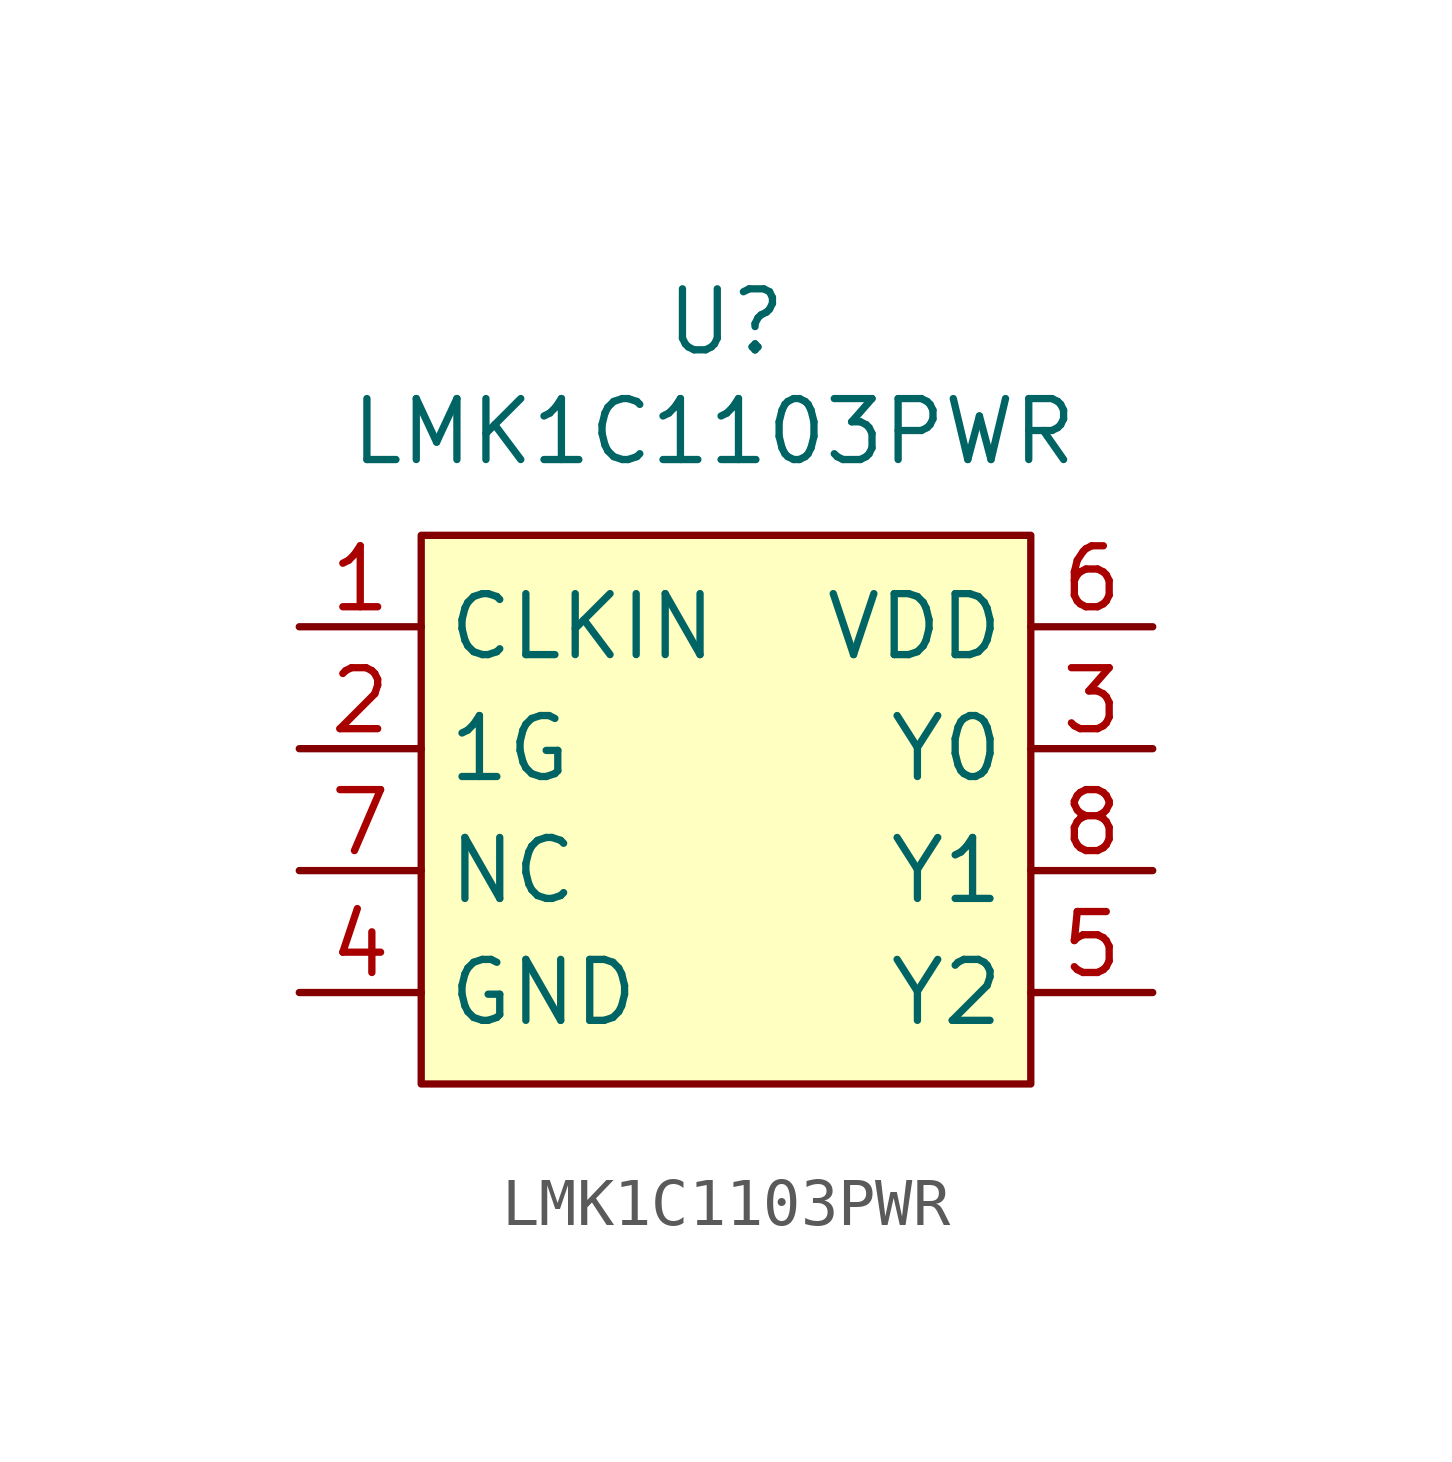
<source format=kicad_sym>
(kicad_symbol_lib
  (version 20241209)
  (generator "kicad_symbol_editor")
  (generator_version "9.0")
  (symbol "LMK1C1103PWR"
    (property "Reference" "U"
      (at 0 0 0)
      (effects (font (size 1.27 1.27))))
    (property "Value" "LMK1C1103PWR"
      (at -0.254 -2.286 0)
      (effects (font (size 1.27 1.27))))
    (symbol "LMK1C1103PWR_0_0"
      (pin passive line (at -8.89 -6.35 0) (length 2.54) (name "CLKIN" (effects (font (size 1.27 1.27)))) (number "1" (effects (font (size 1.27 1.27)))))
      (pin passive line (at -8.89 -8.89 0) (length 2.54) (name "1G" (effects (font (size 1.27 1.27)))) (number "2" (effects (font (size 1.27 1.27)))))
      (pin passive line (at -8.89 -11.43 0) (length 2.54) (name "NC" (effects (font (size 1.27 1.27)))) (number "7" (effects (font (size 1.27 1.27)))))
      (pin passive line (at -8.89 -13.97 0) (length 2.54) (name "GND" (effects (font (size 1.27 1.27)))) (number "4" (effects (font (size 1.27 1.27)))))
      (pin passive line (at 8.89 -6.35 180) (length 2.54) (name "VDD" (effects (font (size 1.27 1.27)))) (number "6" (effects (font (size 1.27 1.27)))))
      (pin passive line (at 8.89 -8.89 180) (length 2.54) (name "Y0" (effects (font (size 1.27 1.27)))) (number "3" (effects (font (size 1.27 1.27)))))
      (pin passive line (at 8.89 -11.43 180) (length 2.54) (name "Y1" (effects (font (size 1.27 1.27)))) (number "8" (effects (font (size 1.27 1.27)))))
      (pin passive line (at 8.89 -13.97 180) (length 2.54) (name "Y2" (effects (font (size 1.27 1.27)))) (number "5" (effects (font (size 1.27 1.27))))))
    (symbol "LMK1C1103PWR_1_1"
      (rectangle (start -6.35 -4.445) (end 6.35 -15.875) (stroke (width 0) (type solid)) (fill (type background))))))
</source>
